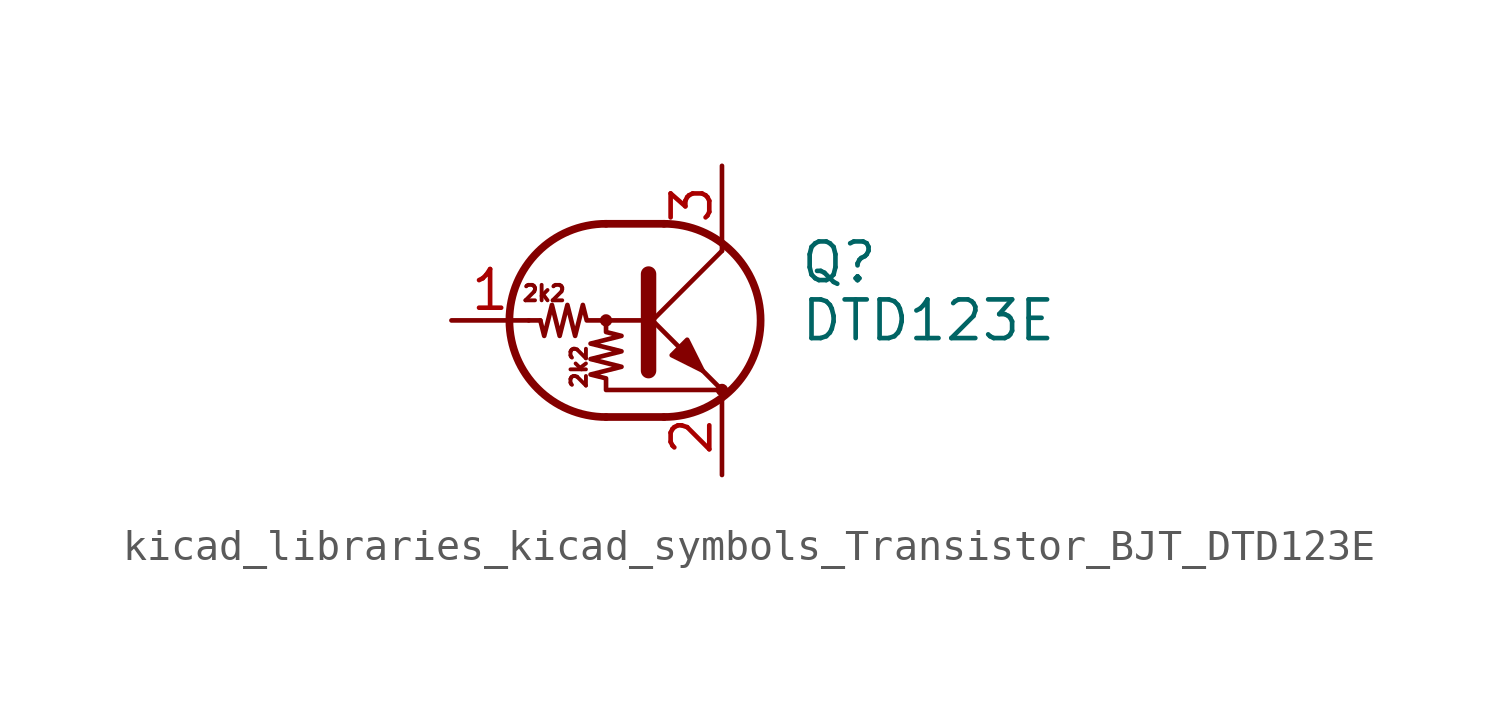
<source format=kicad_sym>
(kicad_symbol_lib
  (version 20220914)
  (generator kicad_symbol_editor)
  (symbol "kicad_libraries_kicad_symbols_Transistor_BJT_DTD123E"
    (pin_names
      (offset 0) hide)
    (property "Reference" "Q"
      (at 5.08 1.905 0)
      (effects (font (size 1.27 1.27)) (justify left)))
    (property "Value" "DTD123E"
      (at 5.08 0 0)
      (effects (font (size 1.27 1.27)) (justify left)))
    (symbol "kicad_libraries_kicad_symbols_Transistor_BJT_DTD123E_0_0"
      (text "2k2" (at -3.302 0.889 0) (effects (font (size 0.508 0.508))))
      (text "2k2" (at -2.159 -1.524 900) (effects (font (size 0.508 0.508)))))
    (symbol "kicad_libraries_kicad_symbols_Transistor_BJT_DTD123E_0_1"
      (circle (center -1.27 0) (radius 0.127) (stroke (width 0) (type default)) (fill (type none)))
      (arc (start -1.27 3.175) (mid -4.4312 0) (end -1.27 -3.175) (stroke (width 0.254) (type default)) (fill (type none)))
      (polyline (pts (xy -3.429 0) (xy -3.81 0)) (stroke (width 0) (type default)) (fill (type none)))
      (polyline (pts (xy -1.27 -3.175) (xy 0.635 -3.175)) (stroke (width 0.254) (type default)) (fill (type none)))
      (polyline (pts (xy -1.27 3.175) (xy 0.635 3.175)) (stroke (width 0.254) (type default)) (fill (type none)))
      (polyline (pts (xy 0 -0.254) (xy 2.54 2.286)) (stroke (width 0) (type default)) (fill (type none)))
      (polyline (pts (xy 0.127 1.524) (xy 0.127 -1.651)) (stroke (width 0.508) (type default)) (fill (type outline)))
      (polyline (pts (xy 2.54 2.286) (xy 2.54 2.54)) (stroke (width 0) (type default)) (fill (type none)))
      (polyline (pts (xy 2.54 -2.286) (xy 0 0.254) (xy 0 0.254)) (stroke (width 0) (type default)) (fill (type none)))
      (polyline (pts (xy 0.889 -1.143) (xy 1.397 -0.635) (xy 1.905 -1.651) (xy 0.889 -1.143)) (stroke (width 0) (type default)) (fill (type outline)))
      (polyline (pts (xy 0 0) (xy -1.905 0) (xy -2.032 0.508) (xy -2.286 -0.508) (xy -2.54 0.508) (xy -2.794 -0.508) (xy -3.048 0.508) (xy -3.302 -0.508) (xy -3.429 0)) (stroke (width 0) (type default)) (fill (type none)))
      (polyline (pts (xy -1.27 0) (xy -1.27 -0.381) (xy -0.762 -0.508) (xy -1.778 -0.762) (xy -0.762 -1.016) (xy -1.778 -1.27) (xy -0.762 -1.524) (xy -1.778 -1.778) (xy -1.27 -1.905) (xy -1.27 -2.286) (xy 2.54 -2.286)) (stroke (width 0) (type default)) (fill (type none)))
      (arc (start 0.635 -3.175) (mid 3.7962 0) (end 0.635 3.175) (stroke (width 0.254) (type default)) (fill (type none)))
      (circle (center 2.54 -2.286) (radius 0.127) (stroke (width 0) (type default)) (fill (type none))))
    (symbol "kicad_libraries_kicad_symbols_Transistor_BJT_DTD123E_1_1"
      (pin input line (at -6.35 0 0) (length 2.54) (name "B" (effects (font (size 1.27 1.27)))) (number "1" (effects (font (size 1.27 1.27)))))
      (pin passive line (at 2.54 -5.08 90) (length 2.54) (name "E" (effects (font (size 1.27 1.27)))) (number "2" (effects (font (size 1.27 1.27)))))
      (pin passive line (at 2.54 5.08 270) (length 2.54) (name "C" (effects (font (size 1.27 1.27)))) (number "3" (effects (font (size 1.27 1.27))))))))
</source>
